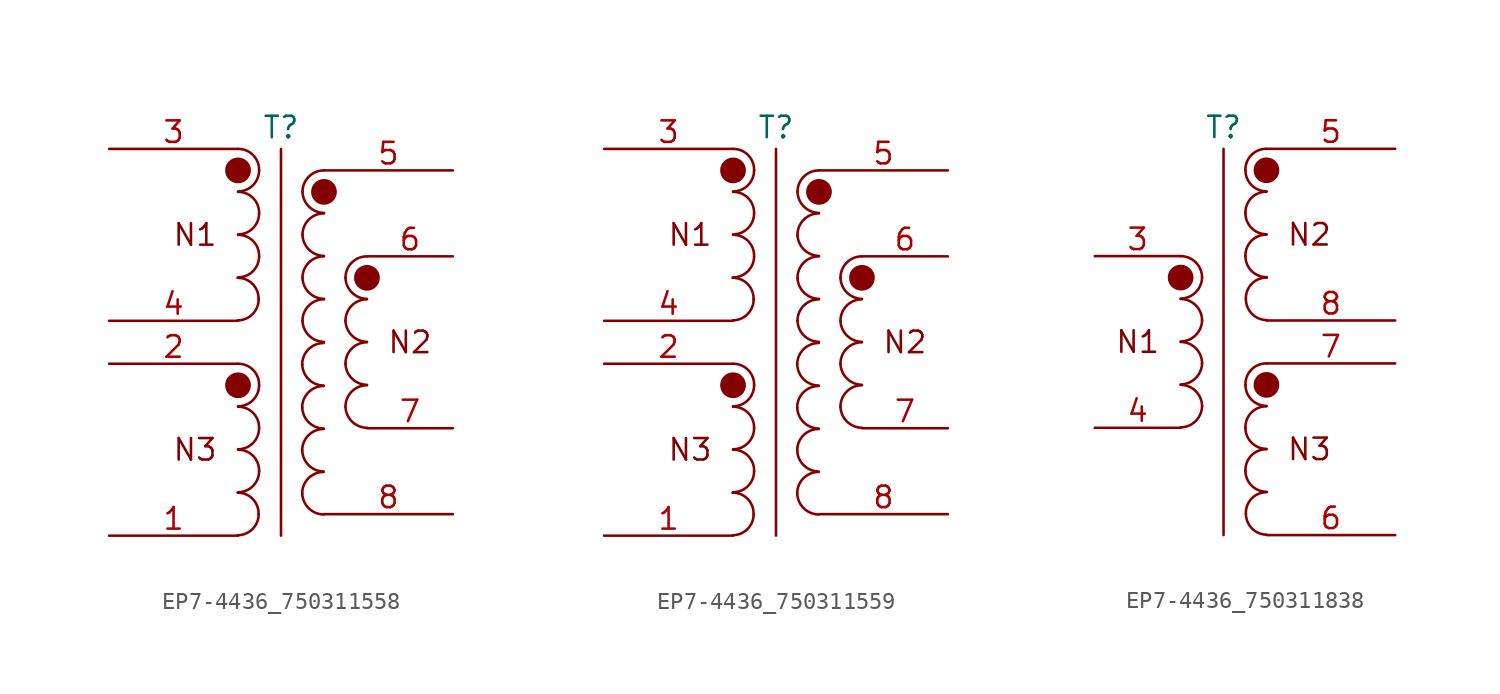
<source format=kicad_sym>
(kicad_symbol_lib
  (version 20220914)
  (generator kicad_symbol_editor)
  (symbol "EP7-4436_750311558"
    (pin_names hide)
    (property "Reference" "T"
      (at 0 12.7 0)
      (effects (font (size 1.27 1.27))))
    (property "Critical Parameter" ""
      (at 0 -5.08 0)
      (effects (font (size 1.27 1.27))))
    (symbol "EP7-4436_750311558_0_1"
      (arc (start -2.5654 -11.4046) (mid -1.6855 -11.0399) (end -1.3208 -10.16) (stroke (width 0) (type default)) (fill (type none)))
      (arc (start -2.5654 1.2954) (mid -1.6855 1.6601) (end -1.3208 2.54) (stroke (width 0) (type default)) (fill (type none)))
      (arc (start -2.54 -8.8646) (mid -1.6596 -8.5004) (end -1.2954 -7.62) (stroke (width 0) (type default)) (fill (type none)))
      (arc (start -2.54 -6.3246) (mid -1.6596 -5.9604) (end -1.2954 -5.08) (stroke (width 0) (type default)) (fill (type none)))
      (arc (start -2.54 -3.7846) (mid -1.6596 -3.4204) (end -1.2954 -2.54) (stroke (width 0) (type default)) (fill (type none)))
      (arc (start -2.54 3.8354) (mid -1.6596 4.1996) (end -1.2954 5.08) (stroke (width 0) (type default)) (fill (type none)))
      (arc (start -2.54 6.3754) (mid -1.6596 6.7396) (end -1.2954 7.62) (stroke (width 0) (type default)) (fill (type none)))
      (arc (start -2.54 8.9154) (mid -1.6596 9.2796) (end -1.2954 10.16) (stroke (width 0) (type default)) (fill (type none)))
      (arc (start -1.3208 -10.16) (mid -1.6712 -9.2586) (end -2.5654 -8.89) (stroke (width 0) (type default)) (fill (type none)))
      (arc (start -1.3208 2.54) (mid -1.6712 3.4414) (end -2.5654 3.81) (stroke (width 0) (type default)) (fill (type none)))
      (arc (start -1.2954 -7.62) (mid -1.6455 -6.7183) (end -2.54 -6.35) (stroke (width 0) (type default)) (fill (type none)))
      (arc (start -1.2954 -5.08) (mid -1.6455 -4.1783) (end -2.54 -3.81) (stroke (width 0) (type default)) (fill (type none)))
      (arc (start -1.2954 -2.54) (mid -1.6455 -1.6383) (end -2.54 -1.27) (stroke (width 0) (type default)) (fill (type none)))
      (arc (start -1.2954 5.08) (mid -1.6455 5.9817) (end -2.54 6.35) (stroke (width 0) (type default)) (fill (type none)))
      (arc (start -1.2954 7.62) (mid -1.6455 8.5217) (end -2.54 8.89) (stroke (width 0) (type default)) (fill (type none)))
      (arc (start -1.2954 10.16) (mid -1.6455 11.0617) (end -2.54 11.43) (stroke (width 0) (type default)) (fill (type none)))
      (polyline (pts (xy 0 11.43) (xy 0 -11.43)) (stroke (width 0) (type default)) (fill (type none)))
      (arc (start 1.2515 -8.9345) (mid 1.6376 -9.8108) (end 2.5215 -10.1791) (stroke (width 0) (type default)) (fill (type none)))
      (arc (start 1.2515 -6.3945) (mid 1.6376 -7.2708) (end 2.5215 -7.6391) (stroke (width 0) (type default)) (fill (type none)))
      (arc (start 1.2515 -3.8545) (mid 1.6376 -4.7308) (end 2.5215 -5.0991) (stroke (width 0) (type default)) (fill (type none)))
      (arc (start 1.2515 -1.3145) (mid 1.6376 -2.1908) (end 2.5215 -2.5591) (stroke (width 0) (type default)) (fill (type none)))
      (arc (start 1.27 1.27) (mid 1.6561 0.3937) (end 2.54 0.0254) (stroke (width 0) (type default)) (fill (type none)))
      (arc (start 1.27 3.81) (mid 1.6561 2.9337) (end 2.54 2.5654) (stroke (width 0) (type default)) (fill (type none)))
      (arc (start 1.27 6.35) (mid 1.6561 5.4737) (end 2.54 5.1054) (stroke (width 0) (type default)) (fill (type none)))
      (arc (start 1.27 8.89) (mid 1.6561 8.0137) (end 2.54 7.6454) (stroke (width 0) (type default)) (fill (type none)))
      (arc (start 2.5215 -7.6645) (mid 1.6235 -8.0365) (end 1.2515 -8.9345) (stroke (width 0) (type default)) (fill (type none)))
      (arc (start 2.5215 -5.1245) (mid 1.6235 -5.4965) (end 1.2515 -6.3945) (stroke (width 0) (type default)) (fill (type none)))
      (arc (start 2.5215 -2.5845) (mid 1.6235 -2.9565) (end 1.2515 -3.8545) (stroke (width 0) (type default)) (fill (type none)))
      (arc (start 2.5215 -0.0445) (mid 1.6235 -0.4165) (end 1.2515 -1.3145) (stroke (width 0) (type default)) (fill (type none)))
      (arc (start 2.54 2.54) (mid 1.642 2.168) (end 1.27 1.27) (stroke (width 0) (type default)) (fill (type none)))
      (arc (start 2.54 5.08) (mid 1.642 4.708) (end 1.27 3.81) (stroke (width 0) (type default)) (fill (type none)))
      (arc (start 2.54 7.62) (mid 1.642 7.248) (end 1.27 6.35) (stroke (width 0) (type default)) (fill (type none)))
      (arc (start 2.54 10.16) (mid 1.642 9.788) (end 1.27 8.89) (stroke (width 0) (type default)) (fill (type none)))
      (arc (start 3.81 -3.81) (mid 4.1961 -4.6863) (end 5.08 -5.0546) (stroke (width 0) (type default)) (fill (type none)))
      (arc (start 3.81 -1.27) (mid 4.1961 -2.1463) (end 5.08 -2.5146) (stroke (width 0) (type default)) (fill (type none)))
      (arc (start 3.81 1.27) (mid 4.1961 0.3937) (end 5.08 0.0254) (stroke (width 0) (type default)) (fill (type none)))
      (arc (start 3.81 3.81) (mid 4.1961 2.9337) (end 5.08 2.5654) (stroke (width 0) (type default)) (fill (type none)))
      (arc (start 5.08 -2.54) (mid 4.182 -2.912) (end 3.81 -3.81) (stroke (width 0) (type default)) (fill (type none)))
      (arc (start 5.08 0) (mid 4.182 -0.372) (end 3.81 -1.27) (stroke (width 0) (type default)) (fill (type none)))
      (arc (start 5.08 2.54) (mid 4.182 2.168) (end 3.81 1.27) (stroke (width 0) (type default)) (fill (type none)))
      (arc (start 5.08 5.08) (mid 4.182 4.708) (end 3.81 3.81) (stroke (width 0) (type default)) (fill (type none))))
    (symbol "EP7-4436_750311558_1_1"
      (circle (center -2.54 -2.54) (radius 0.0001) (stroke (width 0.762) (type default)) (fill (type none)))
      (circle (center -2.54 10.16) (radius 0.0001) (stroke (width 0.762) (type default)) (fill (type none)))
      (circle (center 2.54 8.89) (radius 0.0001) (stroke (width 0.762) (type default)) (fill (type none)))
      (circle (center 5.08 3.81) (radius 0.0001) (stroke (width 0.762) (type default)) (fill (type none)))
      (text "N1" (at -5.08 6.35 0) (effects (font (size 1.27 1.27))))
      (text "N2" (at 7.62 0 0) (effects (font (size 1.27 1.27))))
      (text "N3" (at -5.08 -6.35 0) (effects (font (size 1.27 1.27))))
      (pin passive line (at -10.16 -11.43 0) (length 7.62) (name "1" (effects (font (size 1.27 1.27)))) (number "1" (effects (font (size 1.27 1.27)))))
      (pin passive line (at -10.16 -1.27 0) (length 7.62) (name "2" (effects (font (size 1.27 1.27)))) (number "2" (effects (font (size 1.27 1.27)))))
      (pin passive line (at -10.16 11.43 0) (length 7.62) (name "3" (effects (font (size 1.27 1.27)))) (number "3" (effects (font (size 1.27 1.27)))))
      (pin passive line (at -10.16 1.27 0) (length 7.62) (name "4" (effects (font (size 1.27 1.27)))) (number "4" (effects (font (size 1.27 1.27)))))
      (pin passive line (at 10.16 10.16 180) (length 7.62) (name "5" (effects (font (size 1.27 1.27)))) (number "5" (effects (font (size 1.27 1.27)))))
      (pin passive line (at 10.16 5.08 180) (length 5.08) (name "6" (effects (font (size 1.27 1.27)))) (number "6" (effects (font (size 1.27 1.27)))))
      (pin passive line (at 10.16 -5.08 180) (length 5.08) (name "7" (effects (font (size 1.27 1.27)))) (number "7" (effects (font (size 1.27 1.27)))))
      (pin passive line (at 10.16 -10.16 180) (length 7.62) (name "8" (effects (font (size 1.27 1.27)))) (number "8" (effects (font (size 1.27 1.27)))))))
  (symbol "EP7-4436_750311559"
    (pin_names hide)
    (property "Reference" "T"
      (at 0 12.7 0)
      (effects (font (size 1.27 1.27))))
    (property "Critical Parameter" ""
      (at 0 -5.08 0)
      (effects (font (size 1.27 1.27))))
    (symbol "EP7-4436_750311559_0_1"
      (arc (start -2.5654 -11.4046) (mid -1.6855 -11.0399) (end -1.3208 -10.16) (stroke (width 0) (type default)) (fill (type none)))
      (arc (start -2.5654 1.2954) (mid -1.6855 1.6601) (end -1.3208 2.54) (stroke (width 0) (type default)) (fill (type none)))
      (arc (start -2.54 -8.8646) (mid -1.6596 -8.5004) (end -1.2954 -7.62) (stroke (width 0) (type default)) (fill (type none)))
      (arc (start -2.54 -6.3246) (mid -1.6596 -5.9604) (end -1.2954 -5.08) (stroke (width 0) (type default)) (fill (type none)))
      (arc (start -2.54 -3.7846) (mid -1.6596 -3.4204) (end -1.2954 -2.54) (stroke (width 0) (type default)) (fill (type none)))
      (arc (start -2.54 3.8354) (mid -1.6596 4.1996) (end -1.2954 5.08) (stroke (width 0) (type default)) (fill (type none)))
      (arc (start -2.54 6.3754) (mid -1.6596 6.7396) (end -1.2954 7.62) (stroke (width 0) (type default)) (fill (type none)))
      (arc (start -2.54 8.9154) (mid -1.6596 9.2796) (end -1.2954 10.16) (stroke (width 0) (type default)) (fill (type none)))
      (arc (start -1.3208 -10.16) (mid -1.6712 -9.2586) (end -2.5654 -8.89) (stroke (width 0) (type default)) (fill (type none)))
      (arc (start -1.3208 2.54) (mid -1.6712 3.4414) (end -2.5654 3.81) (stroke (width 0) (type default)) (fill (type none)))
      (arc (start -1.2954 -7.62) (mid -1.6455 -6.7183) (end -2.54 -6.35) (stroke (width 0) (type default)) (fill (type none)))
      (arc (start -1.2954 -5.08) (mid -1.6455 -4.1783) (end -2.54 -3.81) (stroke (width 0) (type default)) (fill (type none)))
      (arc (start -1.2954 -2.54) (mid -1.6455 -1.6383) (end -2.54 -1.27) (stroke (width 0) (type default)) (fill (type none)))
      (arc (start -1.2954 5.08) (mid -1.6455 5.9817) (end -2.54 6.35) (stroke (width 0) (type default)) (fill (type none)))
      (arc (start -1.2954 7.62) (mid -1.6455 8.5217) (end -2.54 8.89) (stroke (width 0) (type default)) (fill (type none)))
      (arc (start -1.2954 10.16) (mid -1.6455 11.0617) (end -2.54 11.43) (stroke (width 0) (type default)) (fill (type none)))
      (polyline (pts (xy 0 11.43) (xy 0 -11.43)) (stroke (width 0) (type default)) (fill (type none)))
      (arc (start 1.2515 -8.9345) (mid 1.6376 -9.8108) (end 2.5215 -10.1791) (stroke (width 0) (type default)) (fill (type none)))
      (arc (start 1.2515 -6.3945) (mid 1.6376 -7.2708) (end 2.5215 -7.6391) (stroke (width 0) (type default)) (fill (type none)))
      (arc (start 1.2515 -3.8545) (mid 1.6376 -4.7308) (end 2.5215 -5.0991) (stroke (width 0) (type default)) (fill (type none)))
      (arc (start 1.2515 -1.3145) (mid 1.6376 -2.1908) (end 2.5215 -2.5591) (stroke (width 0) (type default)) (fill (type none)))
      (arc (start 1.27 1.27) (mid 1.6561 0.3937) (end 2.54 0.0254) (stroke (width 0) (type default)) (fill (type none)))
      (arc (start 1.27 3.81) (mid 1.6561 2.9337) (end 2.54 2.5654) (stroke (width 0) (type default)) (fill (type none)))
      (arc (start 1.27 6.35) (mid 1.6561 5.4737) (end 2.54 5.1054) (stroke (width 0) (type default)) (fill (type none)))
      (arc (start 1.27 8.89) (mid 1.6561 8.0137) (end 2.54 7.6454) (stroke (width 0) (type default)) (fill (type none)))
      (arc (start 2.5215 -7.6645) (mid 1.6235 -8.0365) (end 1.2515 -8.9345) (stroke (width 0) (type default)) (fill (type none)))
      (arc (start 2.5215 -5.1245) (mid 1.6235 -5.4965) (end 1.2515 -6.3945) (stroke (width 0) (type default)) (fill (type none)))
      (arc (start 2.5215 -2.5845) (mid 1.6235 -2.9565) (end 1.2515 -3.8545) (stroke (width 0) (type default)) (fill (type none)))
      (arc (start 2.5215 -0.0445) (mid 1.6235 -0.4165) (end 1.2515 -1.3145) (stroke (width 0) (type default)) (fill (type none)))
      (arc (start 2.54 2.54) (mid 1.642 2.168) (end 1.27 1.27) (stroke (width 0) (type default)) (fill (type none)))
      (arc (start 2.54 5.08) (mid 1.642 4.708) (end 1.27 3.81) (stroke (width 0) (type default)) (fill (type none)))
      (arc (start 2.54 7.62) (mid 1.642 7.248) (end 1.27 6.35) (stroke (width 0) (type default)) (fill (type none)))
      (arc (start 2.54 10.16) (mid 1.642 9.788) (end 1.27 8.89) (stroke (width 0) (type default)) (fill (type none)))
      (arc (start 3.81 -3.81) (mid 4.1961 -4.6863) (end 5.08 -5.0546) (stroke (width 0) (type default)) (fill (type none)))
      (arc (start 3.81 -1.27) (mid 4.1961 -2.1463) (end 5.08 -2.5146) (stroke (width 0) (type default)) (fill (type none)))
      (arc (start 3.81 1.27) (mid 4.1961 0.3937) (end 5.08 0.0254) (stroke (width 0) (type default)) (fill (type none)))
      (arc (start 3.81 3.81) (mid 4.1961 2.9337) (end 5.08 2.5654) (stroke (width 0) (type default)) (fill (type none)))
      (arc (start 5.08 -2.54) (mid 4.182 -2.912) (end 3.81 -3.81) (stroke (width 0) (type default)) (fill (type none)))
      (arc (start 5.08 0) (mid 4.182 -0.372) (end 3.81 -1.27) (stroke (width 0) (type default)) (fill (type none)))
      (arc (start 5.08 2.54) (mid 4.182 2.168) (end 3.81 1.27) (stroke (width 0) (type default)) (fill (type none)))
      (arc (start 5.08 5.08) (mid 4.182 4.708) (end 3.81 3.81) (stroke (width 0) (type default)) (fill (type none))))
    (symbol "EP7-4436_750311559_1_1"
      (circle (center -2.54 -2.54) (radius 0.0001) (stroke (width 0.762) (type default)) (fill (type none)))
      (circle (center -2.54 10.16) (radius 0.0001) (stroke (width 0.762) (type default)) (fill (type none)))
      (circle (center 2.54 8.89) (radius 0.0001) (stroke (width 0.762) (type default)) (fill (type none)))
      (circle (center 5.08 3.81) (radius 0.0001) (stroke (width 0.762) (type default)) (fill (type none)))
      (text "N1" (at -5.08 6.35 0) (effects (font (size 1.27 1.27))))
      (text "N2" (at 7.62 0 0) (effects (font (size 1.27 1.27))))
      (text "N3" (at -5.08 -6.35 0) (effects (font (size 1.27 1.27))))
      (pin passive line (at -10.16 -11.43 0) (length 7.62) (name "1" (effects (font (size 1.27 1.27)))) (number "1" (effects (font (size 1.27 1.27)))))
      (pin passive line (at -10.16 -1.27 0) (length 7.62) (name "2" (effects (font (size 1.27 1.27)))) (number "2" (effects (font (size 1.27 1.27)))))
      (pin passive line (at -10.16 11.43 0) (length 7.62) (name "3" (effects (font (size 1.27 1.27)))) (number "3" (effects (font (size 1.27 1.27)))))
      (pin passive line (at -10.16 1.27 0) (length 7.62) (name "4" (effects (font (size 1.27 1.27)))) (number "4" (effects (font (size 1.27 1.27)))))
      (pin passive line (at 10.16 10.16 180) (length 7.62) (name "5" (effects (font (size 1.27 1.27)))) (number "5" (effects (font (size 1.27 1.27)))))
      (pin passive line (at 10.16 5.08 180) (length 5.08) (name "6" (effects (font (size 1.27 1.27)))) (number "6" (effects (font (size 1.27 1.27)))))
      (pin passive line (at 10.16 -5.08 180) (length 5.08) (name "7" (effects (font (size 1.27 1.27)))) (number "7" (effects (font (size 1.27 1.27)))))
      (pin passive line (at 10.16 -10.16 180) (length 7.62) (name "8" (effects (font (size 1.27 1.27)))) (number "8" (effects (font (size 1.27 1.27)))))))
  (symbol "EP7-4436_750311838"
    (pin_names hide)
    (property "Reference" "T"
      (at 0 12.7 0)
      (effects (font (size 1.27 1.27))))
    (property "Critical Parameter" ""
      (at 0 -5.08 0)
      (effects (font (size 1.27 1.27))))
    (symbol "EP7-4436_750311838_0_1"
      (arc (start -2.54 -5.0546) (mid -1.6561 -4.6863) (end -1.27 -3.81) (stroke (width 0) (type default)) (fill (type none)))
      (arc (start -2.54 -2.5146) (mid -1.6561 -2.1463) (end -1.27 -1.27) (stroke (width 0) (type default)) (fill (type none)))
      (arc (start -2.54 0.0254) (mid -1.6561 0.3937) (end -1.27 1.27) (stroke (width 0) (type default)) (fill (type none)))
      (arc (start -2.54 2.5654) (mid -1.6561 2.9337) (end -1.27 3.81) (stroke (width 0) (type default)) (fill (type none)))
      (arc (start -1.27 -3.81) (mid -1.642 -2.912) (end -2.54 -2.54) (stroke (width 0) (type default)) (fill (type none)))
      (arc (start -1.27 -1.27) (mid -1.642 -0.372) (end -2.54 0) (stroke (width 0) (type default)) (fill (type none)))
      (arc (start -1.27 1.27) (mid -1.642 2.168) (end -2.54 2.54) (stroke (width 0) (type default)) (fill (type none)))
      (arc (start -1.27 3.81) (mid -1.642 4.708) (end -2.54 5.08) (stroke (width 0) (type default)) (fill (type none)))
      (polyline (pts (xy 0 11.43) (xy 0 -11.43)) (stroke (width 0) (type default)) (fill (type none)))
      (arc (start 1.2954 -7.62) (mid 1.6601 -8.4999) (end 2.54 -8.8646) (stroke (width 0) (type default)) (fill (type none)))
      (arc (start 1.2954 -5.08) (mid 1.6601 -5.9599) (end 2.54 -6.3246) (stroke (width 0) (type default)) (fill (type none)))
      (arc (start 1.2954 -2.54) (mid 1.6601 -3.4199) (end 2.54 -3.7846) (stroke (width 0) (type default)) (fill (type none)))
      (arc (start 1.2954 5.08) (mid 1.66 4.2001) (end 2.54 3.8354) (stroke (width 0) (type default)) (fill (type none)))
      (arc (start 1.2954 7.62) (mid 1.66 6.7401) (end 2.54 6.3754) (stroke (width 0) (type default)) (fill (type none)))
      (arc (start 1.2954 10.16) (mid 1.66 9.2801) (end 2.54 8.9154) (stroke (width 0) (type default)) (fill (type none)))
      (arc (start 1.3208 -10.16) (mid 1.6855 -11.0399) (end 2.5654 -11.4046) (stroke (width 0) (type default)) (fill (type none)))
      (arc (start 1.3208 2.54) (mid 1.6855 1.6601) (end 2.5654 1.2954) (stroke (width 0) (type default)) (fill (type none)))
      (arc (start 2.54 -6.35) (mid 1.6461 -6.7188) (end 1.2954 -7.62) (stroke (width 0) (type default)) (fill (type none)))
      (arc (start 2.54 -3.81) (mid 1.6461 -4.1788) (end 1.2954 -5.08) (stroke (width 0) (type default)) (fill (type none)))
      (arc (start 2.54 -1.27) (mid 1.6461 -1.6388) (end 1.2954 -2.54) (stroke (width 0) (type default)) (fill (type none)))
      (arc (start 2.54 6.35) (mid 1.6461 5.9814) (end 1.2954 5.08) (stroke (width 0) (type default)) (fill (type none)))
      (arc (start 2.54 8.89) (mid 1.6461 8.5214) (end 1.2954 7.62) (stroke (width 0) (type default)) (fill (type none)))
      (arc (start 2.54 11.43) (mid 1.6461 11.0614) (end 1.2954 10.16) (stroke (width 0) (type default)) (fill (type none)))
      (arc (start 2.5654 -8.89) (mid 1.6706 -9.258) (end 1.3208 -10.16) (stroke (width 0) (type default)) (fill (type none)))
      (arc (start 2.5654 3.81) (mid 1.6705 3.4419) (end 1.3208 2.54) (stroke (width 0) (type default)) (fill (type none))))
    (symbol "EP7-4436_750311838_1_1"
      (circle (center -2.54 3.81) (radius 0.0001) (stroke (width 0.762) (type default)) (fill (type none)))
      (circle (center 2.54 -2.54) (radius 0.0001) (stroke (width 0.762) (type default)) (fill (type none)))
      (circle (center 2.54 10.16) (radius 0.0001) (stroke (width 0.762) (type default)) (fill (type none)))
      (text "N1" (at -5.08 0 0) (effects (font (size 1.27 1.27))))
      (text "N2" (at 5.08 6.35 0) (effects (font (size 1.27 1.27))))
      (text "N3" (at 5.08 -6.35 0) (effects (font (size 1.27 1.27))))
      (pin passive line (at -7.62 5.08 0) (length 5.08) (name "3" (effects (font (size 1.27 1.27)))) (number "3" (effects (font (size 1.27 1.27)))))
      (pin passive line (at -7.62 -5.08 0) (length 5.08) (name "4" (effects (font (size 1.27 1.27)))) (number "4" (effects (font (size 1.27 1.27)))))
      (pin passive line (at 10.16 11.43 180) (length 7.62) (name "5" (effects (font (size 1.27 1.27)))) (number "5" (effects (font (size 1.27 1.27)))))
      (pin passive line (at 10.16 -11.43 180) (length 7.62) (name "6" (effects (font (size 1.27 1.27)))) (number "6" (effects (font (size 1.27 1.27)))))
      (pin passive line (at 10.16 -1.27 180) (length 7.62) (name "7" (effects (font (size 1.27 1.27)))) (number "7" (effects (font (size 1.27 1.27)))))
      (pin passive line (at 10.16 1.27 180) (length 7.62) (name "8" (effects (font (size 1.27 1.27)))) (number "8" (effects (font (size 1.27 1.27))))))))
</source>
